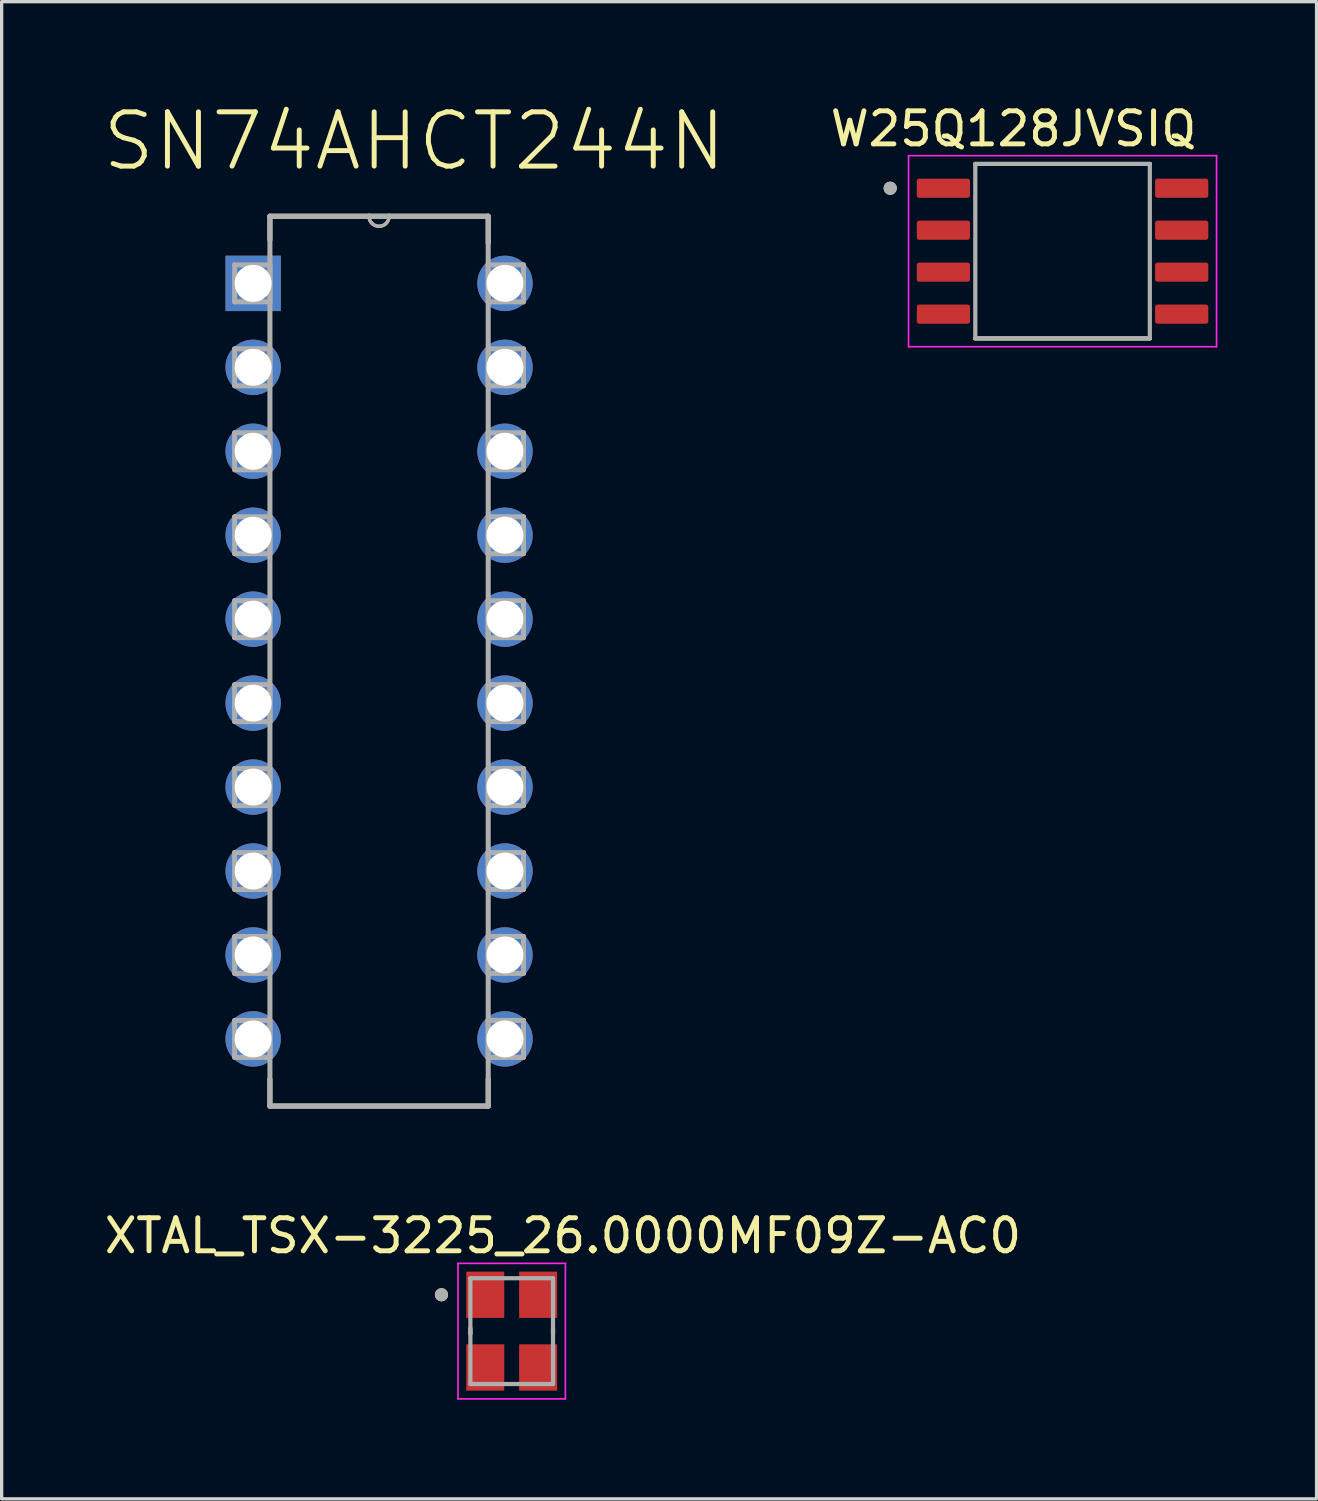
<source format=kicad_pcb>
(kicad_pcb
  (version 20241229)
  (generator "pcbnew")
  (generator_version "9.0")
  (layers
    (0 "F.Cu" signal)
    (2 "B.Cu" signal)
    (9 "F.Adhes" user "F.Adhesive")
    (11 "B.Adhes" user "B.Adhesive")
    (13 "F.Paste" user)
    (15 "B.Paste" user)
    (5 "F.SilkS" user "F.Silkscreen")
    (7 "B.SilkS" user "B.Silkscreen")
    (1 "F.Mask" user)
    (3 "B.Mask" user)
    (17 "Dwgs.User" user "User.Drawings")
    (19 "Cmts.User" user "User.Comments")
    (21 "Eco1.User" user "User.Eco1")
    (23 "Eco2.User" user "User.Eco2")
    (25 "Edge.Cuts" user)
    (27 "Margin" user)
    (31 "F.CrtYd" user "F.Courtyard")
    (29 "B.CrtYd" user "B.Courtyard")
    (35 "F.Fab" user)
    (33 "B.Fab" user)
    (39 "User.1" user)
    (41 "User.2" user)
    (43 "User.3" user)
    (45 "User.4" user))
  (footprint "SN74AHCT244N"
    (layer "F.Cu")
    (at 12.229 28.384)
    (property "Reference" "SN74AHCT244N" (at -2.746 -27.16 0) (layer "F.SilkS") (effects (font (size 1.642 1.642) (thickness 0.15))))
    (attr through_hole)
    (fp_line (start -7.112 -24.892) (end -7.112 -24.181) (stroke (width 0.152) (type solid)) (layer "F.SilkS"))
    (fp_line (start -7.112 1.219) (end -7.112 2.032) (stroke (width 0.152) (type solid)) (layer "F.SilkS"))
    (fp_line (start -7.112 2.032) (end -0.508 2.032) (stroke (width 0.152) (type solid)) (layer "F.SilkS"))
    (fp_line (start -4.115 -24.892) (end -7.112 -24.892) (stroke (width 0.152) (type solid)) (layer "F.SilkS"))
    (fp_line (start -3.505 -24.892) (end -4.115 -24.892) (stroke (width 0.152) (type solid)) (layer "F.SilkS"))
    (fp_line (start -0.508 -24.892) (end -3.505 -24.892) (stroke (width 0.152) (type solid)) (layer "F.SilkS"))
    (fp_line (start -0.508 -24.079) (end -0.508 -24.892) (stroke (width 0.152) (type solid)) (layer "F.SilkS"))
    (fp_line (start -0.508 2.032) (end -0.508 1.219) (stroke (width 0.152) (type solid)) (layer "F.SilkS"))
    (fp_arc (start -3.5052 -24.892) (mid -3.81 -24.5872) (end -4.1148 -24.892) (stroke (width 0.1) (type solid)) (layer "F.SilkS"))
    (fp_line (start -8.179 -23.419) (end -8.179 -22.301) (stroke (width 0.152) (type solid)) (layer "F.Fab"))
    (fp_line (start -8.179 -22.301) (end -7.112 -22.301) (stroke (width 0.152) (type solid)) (layer "F.Fab"))
    (fp_line (start -8.179 -20.879) (end -8.179 -19.761) (stroke (width 0.152) (type solid)) (layer "F.Fab"))
    (fp_line (start -8.179 -19.761) (end -7.112 -19.761) (stroke (width 0.152) (type solid)) (layer "F.Fab"))
    (fp_line (start -8.179 -18.339) (end -8.179 -17.221) (stroke (width 0.152) (type solid)) (layer "F.Fab"))
    (fp_line (start -8.179 -17.221) (end -7.112 -17.221) (stroke (width 0.152) (type solid)) (layer "F.Fab"))
    (fp_line (start -8.179 -15.799) (end -8.179 -14.681) (stroke (width 0.152) (type solid)) (layer "F.Fab"))
    (fp_line (start -8.179 -14.681) (end -7.112 -14.681) (stroke (width 0.152) (type solid)) (layer "F.Fab"))
    (fp_line (start -8.179 -13.259) (end -8.179 -12.141) (stroke (width 0.152) (type solid)) (layer "F.Fab"))
    (fp_line (start -8.179 -12.141) (end -7.112 -12.141) (stroke (width 0.152) (type solid)) (layer "F.Fab"))
    (fp_line (start -8.179 -10.719) (end -8.179 -9.601) (stroke (width 0.152) (type solid)) (layer "F.Fab"))
    (fp_line (start -8.179 -9.601) (end -7.112 -9.601) (stroke (width 0.152) (type solid)) (layer "F.Fab"))
    (fp_line (start -8.179 -8.179) (end -8.179 -7.061) (stroke (width 0.152) (type solid)) (layer "F.Fab"))
    (fp_line (start -8.179 -7.061) (end -7.112 -7.061) (stroke (width 0.152) (type solid)) (layer "F.Fab"))
    (fp_line (start -8.179 -5.639) (end -8.179 -4.521) (stroke (width 0.152) (type solid)) (layer "F.Fab"))
    (fp_line (start -8.179 -4.521) (end -7.112 -4.521) (stroke (width 0.152) (type solid)) (layer "F.Fab"))
    (fp_line (start -8.179 -3.099) (end -8.179 -1.981) (stroke (width 0.152) (type solid)) (layer "F.Fab"))
    (fp_line (start -8.179 -1.981) (end -7.112 -1.981) (stroke (width 0.152) (type solid)) (layer "F.Fab"))
    (fp_line (start -8.179 -0.559) (end -8.179 0.559) (stroke (width 0.152) (type solid)) (layer "F.Fab"))
    (fp_line (start -8.179 0.559) (end -7.112 0.559) (stroke (width 0.152) (type solid)) (layer "F.Fab"))
    (fp_line (start -7.112 -24.892) (end -7.112 2.032) (stroke (width 0.152) (type solid)) (layer "F.Fab"))
    (fp_line (start -7.112 -23.419) (end -8.179 -23.419) (stroke (width 0.152) (type solid)) (layer "F.Fab"))
    (fp_line (start -7.112 -22.301) (end -7.112 -23.419) (stroke (width 0.152) (type solid)) (layer "F.Fab"))
    (fp_line (start -7.112 -20.879) (end -8.179 -20.879) (stroke (width 0.152) (type solid)) (layer "F.Fab"))
    (fp_line (start -7.112 -19.761) (end -7.112 -20.879) (stroke (width 0.152) (type solid)) (layer "F.Fab"))
    (fp_line (start -7.112 -18.339) (end -8.179 -18.339) (stroke (width 0.152) (type solid)) (layer "F.Fab"))
    (fp_line (start -7.112 -17.221) (end -7.112 -18.339) (stroke (width 0.152) (type solid)) (layer "F.Fab"))
    (fp_line (start -7.112 -15.799) (end -8.179 -15.799) (stroke (width 0.152) (type solid)) (layer "F.Fab"))
    (fp_line (start -7.112 -14.681) (end -7.112 -15.799) (stroke (width 0.152) (type solid)) (layer "F.Fab"))
    (fp_line (start -7.112 -13.259) (end -8.179 -13.259) (stroke (width 0.152) (type solid)) (layer "F.Fab"))
    (fp_line (start -7.112 -12.141) (end -7.112 -13.259) (stroke (width 0.152) (type solid)) (layer "F.Fab"))
    (fp_line (start -7.112 -10.719) (end -8.179 -10.719) (stroke (width 0.152) (type solid)) (layer "F.Fab"))
    (fp_line (start -7.112 -9.601) (end -7.112 -10.719) (stroke (width 0.152) (type solid)) (layer "F.Fab"))
    (fp_line (start -7.112 -8.179) (end -8.179 -8.179) (stroke (width 0.152) (type solid)) (layer "F.Fab"))
    (fp_line (start -7.112 -7.061) (end -7.112 -8.179) (stroke (width 0.152) (type solid)) (layer "F.Fab"))
    (fp_line (start -7.112 -5.639) (end -8.179 -5.639) (stroke (width 0.152) (type solid)) (layer "F.Fab"))
    (fp_line (start -7.112 -4.521) (end -7.112 -5.639) (stroke (width 0.152) (type solid)) (layer "F.Fab"))
    (fp_line (start -7.112 -3.099) (end -8.179 -3.099) (stroke (width 0.152) (type solid)) (layer "F.Fab"))
    (fp_line (start -7.112 -1.981) (end -7.112 -3.099) (stroke (width 0.152) (type solid)) (layer "F.Fab"))
    (fp_line (start -7.112 -0.559) (end -8.179 -0.559) (stroke (width 0.152) (type solid)) (layer "F.Fab"))
    (fp_line (start -7.112 0.559) (end -7.112 -0.559) (stroke (width 0.152) (type solid)) (layer "F.Fab"))
    (fp_line (start -7.112 2.032) (end -0.508 2.032) (stroke (width 0.152) (type solid)) (layer "F.Fab"))
    (fp_line (start -4.115 -24.892) (end -7.112 -24.892) (stroke (width 0.152) (type solid)) (layer "F.Fab"))
    (fp_line (start -3.505 -24.892) (end -4.115 -24.892) (stroke (width 0.152) (type solid)) (layer "F.Fab"))
    (fp_line (start -0.508 -24.892) (end -3.505 -24.892) (stroke (width 0.152) (type solid)) (layer "F.Fab"))
    (fp_line (start -0.508 -23.419) (end -0.508 -22.301) (stroke (width 0.152) (type solid)) (layer "F.Fab"))
    (fp_line (start -0.508 -22.301) (end 0.559 -22.301) (stroke (width 0.152) (type solid)) (layer "F.Fab"))
    (fp_line (start -0.508 -20.879) (end -0.508 -19.761) (stroke (width 0.152) (type solid)) (layer "F.Fab"))
    (fp_line (start -0.508 -19.761) (end 0.559 -19.761) (stroke (width 0.152) (type solid)) (layer "F.Fab"))
    (fp_line (start -0.508 -18.339) (end -0.508 -17.221) (stroke (width 0.152) (type solid)) (layer "F.Fab"))
    (fp_line (start -0.508 -17.221) (end 0.559 -17.221) (stroke (width 0.152) (type solid)) (layer "F.Fab"))
    (fp_line (start -0.508 -15.799) (end -0.508 -14.681) (stroke (width 0.152) (type solid)) (layer "F.Fab"))
    (fp_line (start -0.508 -14.681) (end 0.559 -14.681) (stroke (width 0.152) (type solid)) (layer "F.Fab"))
    (fp_line (start -0.508 -13.259) (end -0.508 -12.141) (stroke (width 0.152) (type solid)) (layer "F.Fab"))
    (fp_line (start -0.508 -12.141) (end 0.559 -12.141) (stroke (width 0.152) (type solid)) (layer "F.Fab"))
    (fp_line (start -0.508 -10.719) (end -0.508 -9.601) (stroke (width 0.152) (type solid)) (layer "F.Fab"))
    (fp_line (start -0.508 -9.601) (end 0.559 -9.601) (stroke (width 0.152) (type solid)) (layer "F.Fab"))
    (fp_line (start -0.508 -8.179) (end -0.508 -7.061) (stroke (width 0.152) (type solid)) (layer "F.Fab"))
    (fp_line (start -0.508 -7.061) (end 0.559 -7.061) (stroke (width 0.152) (type solid)) (layer "F.Fab"))
    (fp_line (start -0.508 -5.639) (end -0.508 -4.521) (stroke (width 0.152) (type solid)) (layer "F.Fab"))
    (fp_line (start -0.508 -4.521) (end 0.559 -4.521) (stroke (width 0.152) (type solid)) (layer "F.Fab"))
    (fp_line (start -0.508 -3.099) (end -0.508 -1.981) (stroke (width 0.152) (type solid)) (layer "F.Fab"))
    (fp_line (start -0.508 -1.981) (end 0.559 -1.981) (stroke (width 0.152) (type solid)) (layer "F.Fab"))
    (fp_line (start -0.508 -0.559) (end -0.508 0.559) (stroke (width 0.152) (type solid)) (layer "F.Fab"))
    (fp_line (start -0.508 0.559) (end 0.559 0.559) (stroke (width 0.152) (type solid)) (layer "F.Fab"))
    (fp_line (start -0.508 2.032) (end -0.508 -24.892) (stroke (width 0.152) (type solid)) (layer "F.Fab"))
    (fp_line (start 0.559 -23.419) (end -0.508 -23.419) (stroke (width 0.152) (type solid)) (layer "F.Fab"))
    (fp_line (start 0.559 -22.301) (end 0.559 -23.419) (stroke (width 0.152) (type solid)) (layer "F.Fab"))
    (fp_line (start 0.559 -20.879) (end -0.508 -20.879) (stroke (width 0.152) (type solid)) (layer "F.Fab"))
    (fp_line (start 0.559 -19.761) (end 0.559 -20.879) (stroke (width 0.152) (type solid)) (layer "F.Fab"))
    (fp_line (start 0.559 -18.339) (end -0.508 -18.339) (stroke (width 0.152) (type solid)) (layer "F.Fab"))
    (fp_line (start 0.559 -17.221) (end 0.559 -18.339) (stroke (width 0.152) (type solid)) (layer "F.Fab"))
    (fp_line (start 0.559 -15.799) (end -0.508 -15.799) (stroke (width 0.152) (type solid)) (layer "F.Fab"))
    (fp_line (start 0.559 -14.681) (end 0.559 -15.799) (stroke (width 0.152) (type solid)) (layer "F.Fab"))
    (fp_line (start 0.559 -13.259) (end -0.508 -13.259) (stroke (width 0.152) (type solid)) (layer "F.Fab"))
    (fp_line (start 0.559 -12.141) (end 0.559 -13.259) (stroke (width 0.152) (type solid)) (layer "F.Fab"))
    (fp_line (start 0.559 -10.719) (end -0.508 -10.719) (stroke (width 0.152) (type solid)) (layer "F.Fab"))
    (fp_line (start 0.559 -9.601) (end 0.559 -10.719) (stroke (width 0.152) (type solid)) (layer "F.Fab"))
    (fp_line (start 0.559 -8.179) (end -0.508 -8.179) (stroke (width 0.152) (type solid)) (layer "F.Fab"))
    (fp_line (start 0.559 -7.061) (end 0.559 -8.179) (stroke (width 0.152) (type solid)) (layer "F.Fab"))
    (fp_line (start 0.559 -5.639) (end -0.508 -5.639) (stroke (width 0.152) (type solid)) (layer "F.Fab"))
    (fp_line (start 0.559 -4.521) (end 0.559 -5.639) (stroke (width 0.152) (type solid)) (layer "F.Fab"))
    (fp_line (start 0.559 -3.099) (end -0.508 -3.099) (stroke (width 0.152) (type solid)) (layer "F.Fab"))
    (fp_line (start 0.559 -1.981) (end 0.559 -3.099) (stroke (width 0.152) (type solid)) (layer "F.Fab"))
    (fp_line (start 0.559 -0.559) (end -0.508 -0.559) (stroke (width 0.152) (type solid)) (layer "F.Fab"))
    (fp_line (start 0.559 0.559) (end 0.559 -0.559) (stroke (width 0.152) (type solid)) (layer "F.Fab"))
    (fp_arc (start -3.5052 -24.892) (mid -3.81 -24.5872) (end -4.1148 -24.892) (stroke (width 0.1) (type solid)) (layer "F.Fab"))
    (pad "1" thru_hole rect (at -7.62 -22.86) (size 1.676 1.676) (drill 1.118) (layers "*.Cu" "*.Mask"))
    (pad "2" thru_hole circle (at -7.62 -20.32) (size 1.676 1.676) (drill 1.118) (layers "*.Cu" "*.Mask"))
    (pad "3" thru_hole circle (at -7.62 -17.78) (size 1.676 1.676) (drill 1.118) (layers "*.Cu" "*.Mask"))
    (pad "4" thru_hole circle (at -7.62 -15.24) (size 1.676 1.676) (drill 1.118) (layers "*.Cu" "*.Mask"))
    (pad "5" thru_hole circle (at -7.62 -12.7) (size 1.676 1.676) (drill 1.118) (layers "*.Cu" "*.Mask"))
    (pad "6" thru_hole circle (at -7.62 -10.16) (size 1.676 1.676) (drill 1.118) (layers "*.Cu" "*.Mask"))
    (pad "7" thru_hole circle (at -7.62 -7.62) (size 1.676 1.676) (drill 1.118) (layers "*.Cu" "*.Mask"))
    (pad "8" thru_hole circle (at -7.62 -5.08) (size 1.676 1.676) (drill 1.118) (layers "*.Cu" "*.Mask"))
    (pad "9" thru_hole circle (at -7.62 -2.54) (size 1.676 1.676) (drill 1.118) (layers "*.Cu" "*.Mask"))
    (pad "10" thru_hole circle (at -7.62 0) (size 1.676 1.676) (drill 1.118) (layers "*.Cu" "*.Mask"))
    (pad "11" thru_hole circle (at 0 0) (size 1.676 1.676) (drill 1.118) (layers "*.Cu" "*.Mask"))
    (pad "12" thru_hole circle (at 0 -2.54) (size 1.676 1.676) (drill 1.118) (layers "*.Cu" "*.Mask"))
    (pad "13" thru_hole circle (at 0 -5.08) (size 1.676 1.676) (drill 1.118) (layers "*.Cu" "*.Mask"))
    (pad "14" thru_hole circle (at 0 -7.62) (size 1.676 1.676) (drill 1.118) (layers "*.Cu" "*.Mask"))
    (pad "15" thru_hole circle (at 0 -10.16) (size 1.676 1.676) (drill 1.118) (layers "*.Cu" "*.Mask"))
    (pad "16" thru_hole circle (at 0 -12.7) (size 1.676 1.676) (drill 1.118) (layers "*.Cu" "*.Mask"))
    (pad "17" thru_hole circle (at 0 -15.24) (size 1.676 1.676) (drill 1.118) (layers "*.Cu" "*.Mask"))
    (pad "18" thru_hole circle (at 0 -17.78) (size 1.676 1.676) (drill 1.118) (layers "*.Cu" "*.Mask"))
    (pad "19" thru_hole circle (at 0 -20.32) (size 1.676 1.676) (drill 1.118) (layers "*.Cu" "*.Mask"))
    (pad "20" thru_hole circle (at 0 -22.86) (size 1.676 1.676) (drill 1.118) (layers "*.Cu" "*.Mask")))
  (footprint "XTAL_TSX-3225_26.0000MF09Z-AC0"
    (layer "F.Cu")
    (at 12.432 37.225)
    (property "Reference" "XTAL_TSX-3225_26.0000MF09Z-AC0" (at 1.55 -2.885 0) (layer "F.SilkS") (effects (font (size 1 1) (thickness 0.15))))
    (attr smd)
    (fp_line (start -1.25 -0.08) (end -1.25 0.08) (stroke (width 0.127) (type solid)) (layer "F.SilkS"))
    (fp_line (start 1.25 -0.08) (end 1.25 0.08) (stroke (width 0.127) (type solid)) (layer "F.SilkS"))
    (fp_circle (center -2.125 -1.1) (end -2.025 -1.1) (stroke (width 0.2) (type solid)) (fill no) (layer "F.SilkS"))
    (fp_line (start -1.625 -2.05) (end -1.625 2.05) (stroke (width 0.05) (type solid)) (layer "F.CrtYd"))
    (fp_line (start -1.625 -2.05) (end 1.625 -2.05) (stroke (width 0.05) (type solid)) (layer "F.CrtYd"))
    (fp_line (start 1.625 -2.05) (end 1.625 2.05) (stroke (width 0.05) (type solid)) (layer "F.CrtYd"))
    (fp_line (start 1.625 2.05) (end -1.625 2.05) (stroke (width 0.05) (type solid)) (layer "F.CrtYd"))
    (fp_line (start -1.25 -1.6) (end -1.25 1.6) (stroke (width 0.127) (type solid)) (layer "F.Fab"))
    (fp_line (start -1.25 -1.6) (end 1.25 -1.6) (stroke (width 0.127) (type solid)) (layer "F.Fab"))
    (fp_line (start 1.25 -1.6) (end 1.25 1.6) (stroke (width 0.127) (type solid)) (layer "F.Fab"))
    (fp_line (start 1.25 1.6) (end -1.25 1.6) (stroke (width 0.127) (type solid)) (layer "F.Fab"))
    (fp_circle (center -2.125 -1.1) (end -2.025 -1.1) (stroke (width 0.2) (type solid)) (fill no) (layer "F.Fab"))
    (pad "1" smd rect (at -0.8 -1.1) (size 1.15 1.4) (layers "F.Cu" "F.Mask" "F.Paste"))
    (pad "2" smd rect (at -0.8 1.1) (size 1.15 1.4) (layers "F.Cu" "F.Mask" "F.Paste"))
    (pad "3" smd rect (at 0.8 1.1) (size 1.15 1.4) (layers "F.Cu" "F.Mask" "F.Paste"))
    (pad "4" smd rect (at 0.8 -1.1) (size 1.15 1.4) (layers "F.Cu" "F.Mask" "F.Paste")))
  (footprint "W25Q128JVSIQ"
    (layer "F.Cu")
    (at 29.099 4.55)
    (property "Reference" "W25Q128JVSIQ" (at -1.485 -3.702 0) (layer "F.SilkS") (effects (font (size 1 1) (thickness 0.15))))
    (attr smd)
    (fp_line (start -2.64 -2.64) (end 2.64 -2.64) (stroke (width 0.127) (type solid)) (layer "F.SilkS"))
    (fp_line (start -2.64 2.64) (end 2.64 2.64) (stroke (width 0.127) (type solid)) (layer "F.SilkS"))
    (fp_circle (center -5.215 -1.905) (end -5.115 -1.905) (stroke (width 0.2) (type solid)) (fill no) (layer "F.SilkS"))
    (fp_line (start -4.66 -2.89) (end -4.66 2.89) (stroke (width 0.05) (type solid)) (layer "F.CrtYd"))
    (fp_line (start -4.66 -2.89) (end 4.66 -2.89) (stroke (width 0.05) (type solid)) (layer "F.CrtYd"))
    (fp_line (start -4.66 2.89) (end 4.66 2.89) (stroke (width 0.05) (type solid)) (layer "F.CrtYd"))
    (fp_line (start 4.66 -2.89) (end 4.66 2.89) (stroke (width 0.05) (type solid)) (layer "F.CrtYd"))
    (fp_line (start -2.64 -2.64) (end -2.64 2.64) (stroke (width 0.127) (type solid)) (layer "F.Fab"))
    (fp_line (start -2.64 -2.64) (end 2.64 -2.64) (stroke (width 0.127) (type solid)) (layer "F.Fab"))
    (fp_line (start -2.64 2.64) (end 2.64 2.64) (stroke (width 0.127) (type solid)) (layer "F.Fab"))
    (fp_line (start 2.64 -2.64) (end 2.64 2.64) (stroke (width 0.127) (type solid)) (layer "F.Fab"))
    (fp_circle (center -5.215 -1.905) (end -5.115 -1.905) (stroke (width 0.2) (type solid)) (fill no) (layer "F.Fab"))
    (pad "1" smd roundrect (at -3.605 -1.905) (size 1.61 0.58) (layers "F.Cu" "F.Mask" "F.Paste") (roundrect_rratio 0.125))
    (pad "2" smd roundrect (at -3.605 -0.635) (size 1.61 0.58) (layers "F.Cu" "F.Mask" "F.Paste") (roundrect_rratio 0.125))
    (pad "3" smd roundrect (at -3.605 0.635) (size 1.61 0.58) (layers "F.Cu" "F.Mask" "F.Paste") (roundrect_rratio 0.125))
    (pad "4" smd roundrect (at -3.605 1.905) (size 1.61 0.58) (layers "F.Cu" "F.Mask" "F.Paste") (roundrect_rratio 0.125))
    (pad "5" smd roundrect (at 3.605 1.905) (size 1.61 0.58) (layers "F.Cu" "F.Mask" "F.Paste") (roundrect_rratio 0.125))
    (pad "6" smd roundrect (at 3.605 0.635) (size 1.61 0.58) (layers "F.Cu" "F.Mask" "F.Paste") (roundrect_rratio 0.125))
    (pad "7" smd roundrect (at 3.605 -0.635) (size 1.61 0.58) (layers "F.Cu" "F.Mask" "F.Paste") (roundrect_rratio 0.125))
    (pad "8" smd roundrect (at 3.605 -1.905) (size 1.61 0.58) (layers "F.Cu" "F.Mask" "F.Paste") (roundrect_rratio 0.125)))
  (gr_rect
    (start -3 -3)
    (end 36.784 42.3)
    (stroke (width 0.1) (type default))
    (fill no)
    (layer "Edge.Cuts")))
</source>
